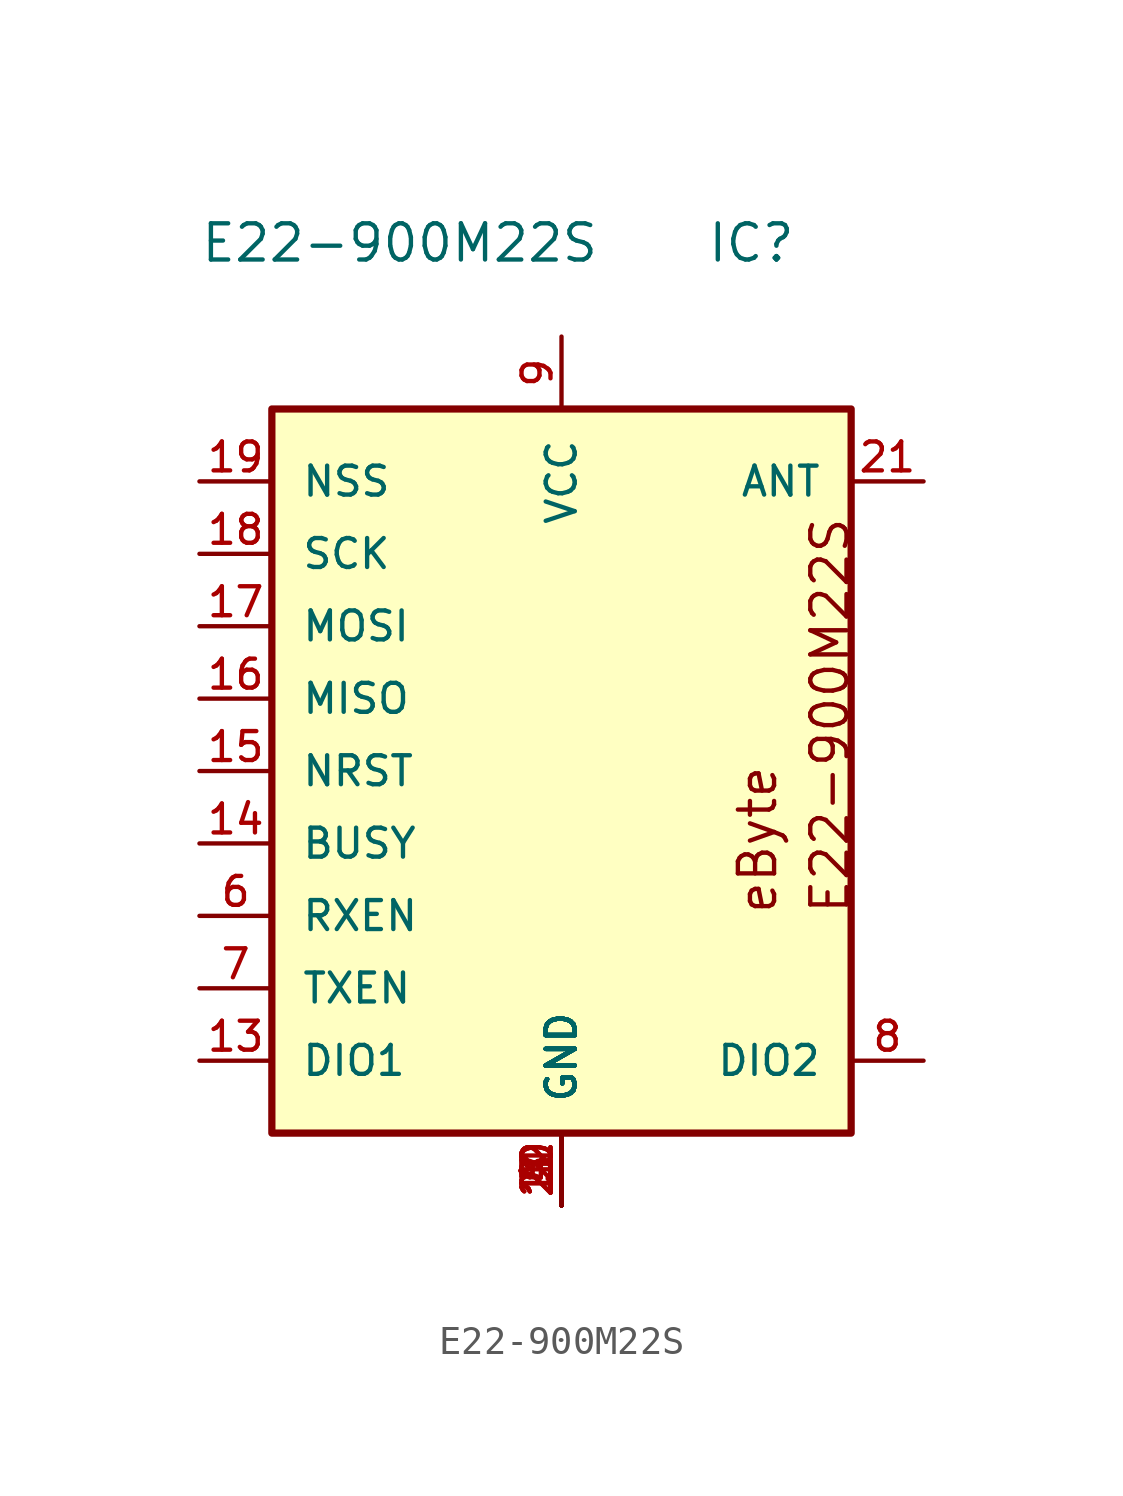
<source format=kicad_sym>
(kicad_symbol_lib
  (version 20211014)
  (generator kicad_symbol_editor)
  (symbol "E22-900M22S"
    (pin_names
      (offset 1.016))
    (property "Reference" "IC"
      (at 5.08 17.78 0)
      (effects (font (size 1.27 1.27)) (justify left bottom)))
    (property "Value" "E22-900M22S"
      (at -12.7 17.78 0)
      (effects (font (size 1.27 1.27)) (justify left bottom)))
    (property "ki_locked" ""
      (at 0 0 0)
      (effects (font (size 1.27 1.27))))
    (symbol "E22-900M22S_0_0"
      (rectangle (start -10.16 -12.7) (end 10.16 12.7) (stroke (width 0.254) (type default) (color 0 0 0 0)) (fill (type background)))
      (text "E22-900M22S" (at 10.16 -5.08 900) (effects (font (size 1.27 1.27)) (justify left bottom)))
      (text "eByte" (at 7.62 -5.08 900) (effects (font (size 1.27 1.27)) (justify left bottom)))
      (pin power_in line (at 0 -15.24 90) (length 2.54) (name "GND" (effects (font (size 1.016 1.016)))) (number "1" (effects (font (size 1.016 1.016)))))
      (pin power_in line (at 0 -15.24 90) (length 2.54) (name "GND" (effects (font (size 1.016 1.016)))) (number "10" (effects (font (size 1.016 1.016)))))
      (pin power_in line (at 0 -15.24 90) (length 2.54) (name "GND" (effects (font (size 1.016 1.016)))) (number "11" (effects (font (size 1.016 1.016)))))
      (pin power_in line (at 0 -15.24 90) (length 2.54) (name "GND" (effects (font (size 1.016 1.016)))) (number "12" (effects (font (size 1.016 1.016)))))
      (pin bidirectional line (at -12.7 -10.16 0) (length 2.54) (name "DIO1" (effects (font (size 1.016 1.016)))) (number "13" (effects (font (size 1.016 1.016)))))
      (pin bidirectional line (at -12.7 -2.54 0) (length 2.54) (name "BUSY" (effects (font (size 1.016 1.016)))) (number "14" (effects (font (size 1.016 1.016)))))
      (pin bidirectional line (at -12.7 0 0) (length 2.54) (name "NRST" (effects (font (size 1.016 1.016)))) (number "15" (effects (font (size 1.016 1.016)))))
      (pin bidirectional line (at -12.7 2.54 0) (length 2.54) (name "MISO" (effects (font (size 1.016 1.016)))) (number "16" (effects (font (size 1.016 1.016)))))
      (pin bidirectional line (at -12.7 5.08 0) (length 2.54) (name "MOSI" (effects (font (size 1.016 1.016)))) (number "17" (effects (font (size 1.016 1.016)))))
      (pin input line (at -12.7 7.62 0) (length 2.54) (name "SCK" (effects (font (size 1.016 1.016)))) (number "18" (effects (font (size 1.016 1.016)))))
      (pin input line (at -12.7 10.16 0) (length 2.54) (name "NSS" (effects (font (size 1.016 1.016)))) (number "19" (effects (font (size 1.016 1.016)))))
      (pin power_in line (at 0 -15.24 90) (length 2.54) (name "GND" (effects (font (size 1.016 1.016)))) (number "2" (effects (font (size 1.016 1.016)))))
      (pin power_in line (at 0 -15.24 90) (length 2.54) (name "GND" (effects (font (size 1.016 1.016)))) (number "20" (effects (font (size 1.016 1.016)))))
      (pin output line (at 12.7 10.16 180) (length 2.54) (name "ANT" (effects (font (size 1.016 1.016)))) (number "21" (effects (font (size 1.016 1.016)))))
      (pin power_in line (at 0 -15.24 90) (length 2.54) (name "GND" (effects (font (size 1.016 1.016)))) (number "22" (effects (font (size 1.016 1.016)))))
      (pin power_in line (at 0 -15.24 90) (length 2.54) (name "GND" (effects (font (size 1.016 1.016)))) (number "3" (effects (font (size 1.016 1.016)))))
      (pin power_in line (at 0 -15.24 90) (length 2.54) (name "GND" (effects (font (size 1.016 1.016)))) (number "4" (effects (font (size 1.016 1.016)))))
      (pin power_in line (at 0 -15.24 90) (length 2.54) (name "GND" (effects (font (size 1.016 1.016)))) (number "5" (effects (font (size 1.016 1.016)))))
      (pin input line (at -12.7 -5.08 0) (length 2.54) (name "RXEN" (effects (font (size 1.016 1.016)))) (number "6" (effects (font (size 1.016 1.016)))))
      (pin bidirectional line (at -12.7 -7.62 0) (length 2.54) (name "TXEN" (effects (font (size 1.016 1.016)))) (number "7" (effects (font (size 1.016 1.016)))))
      (pin bidirectional line (at 12.7 -10.16 180) (length 2.54) (name "DIO2" (effects (font (size 1.016 1.016)))) (number "8" (effects (font (size 1.016 1.016)))))
      (pin power_in line (at 0 15.24 270) (length 2.54) (name "VCC" (effects (font (size 1.016 1.016)))) (number "9" (effects (font (size 1.016 1.016))))))))
</source>
